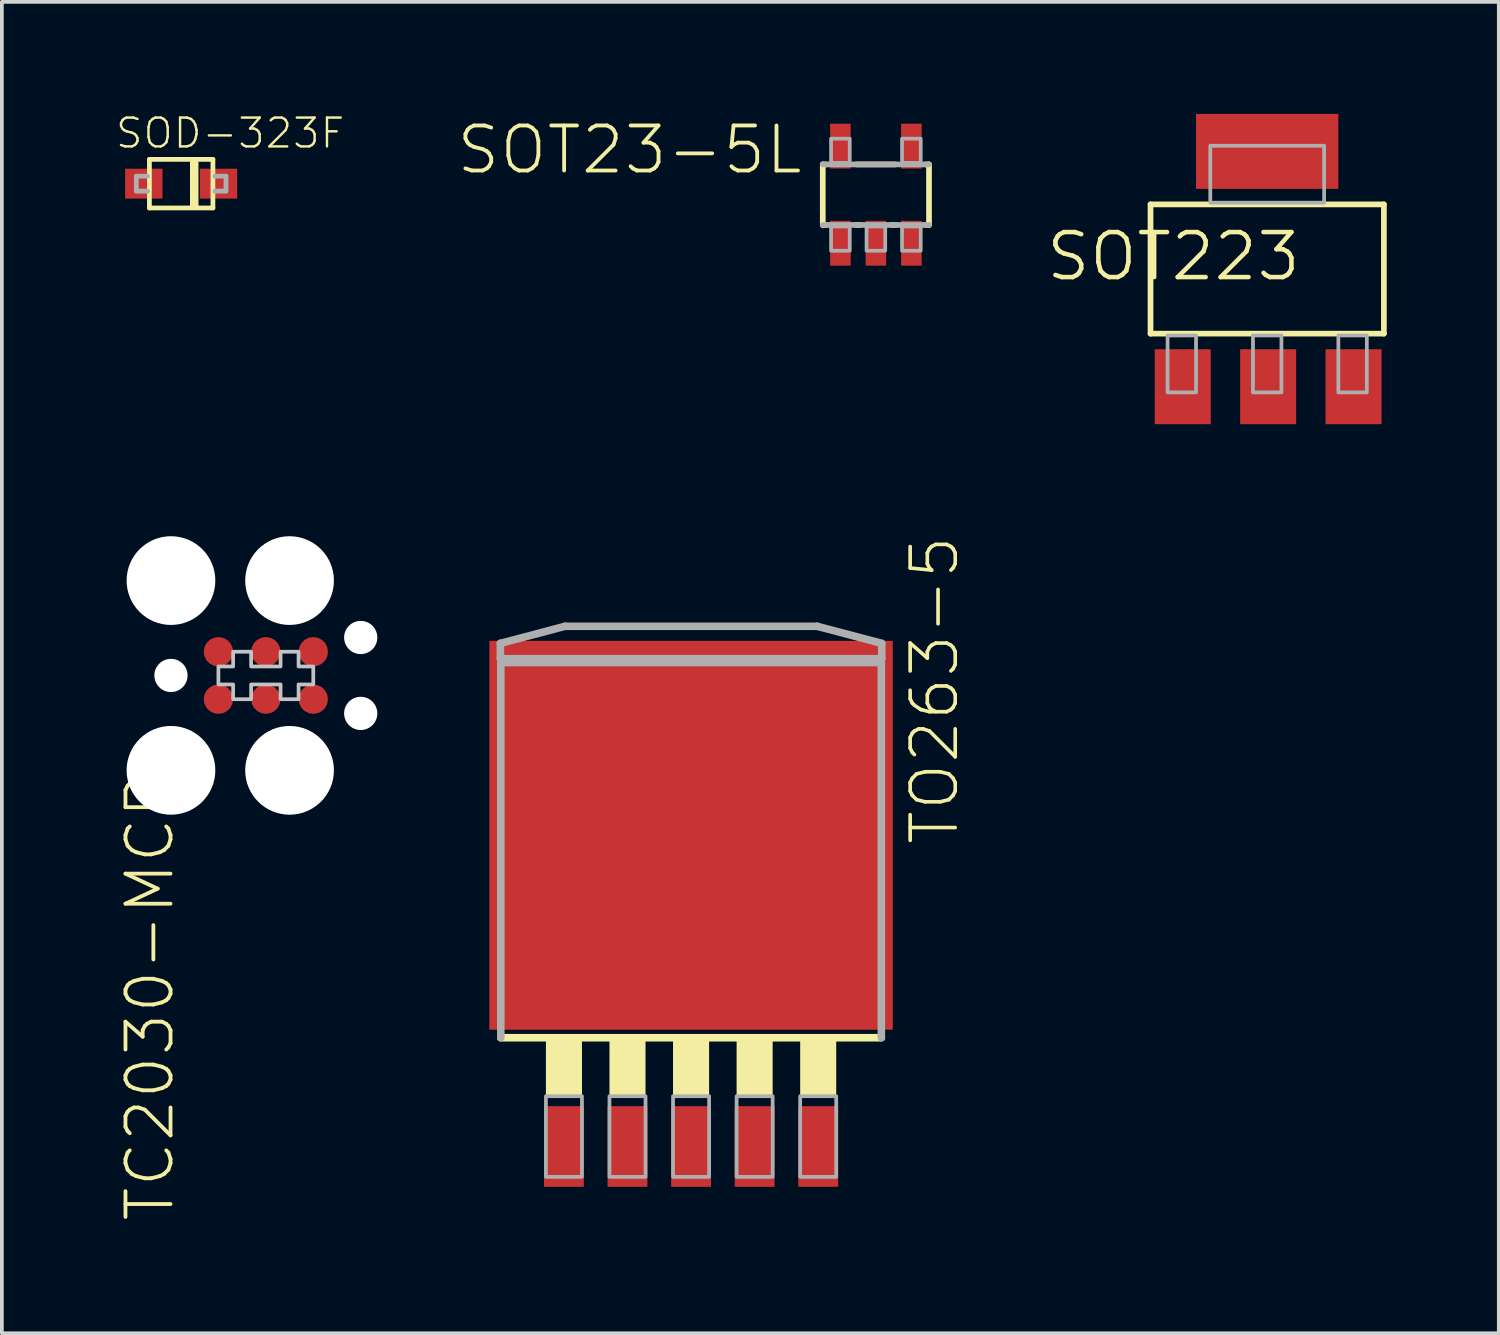
<source format=kicad_pcb>
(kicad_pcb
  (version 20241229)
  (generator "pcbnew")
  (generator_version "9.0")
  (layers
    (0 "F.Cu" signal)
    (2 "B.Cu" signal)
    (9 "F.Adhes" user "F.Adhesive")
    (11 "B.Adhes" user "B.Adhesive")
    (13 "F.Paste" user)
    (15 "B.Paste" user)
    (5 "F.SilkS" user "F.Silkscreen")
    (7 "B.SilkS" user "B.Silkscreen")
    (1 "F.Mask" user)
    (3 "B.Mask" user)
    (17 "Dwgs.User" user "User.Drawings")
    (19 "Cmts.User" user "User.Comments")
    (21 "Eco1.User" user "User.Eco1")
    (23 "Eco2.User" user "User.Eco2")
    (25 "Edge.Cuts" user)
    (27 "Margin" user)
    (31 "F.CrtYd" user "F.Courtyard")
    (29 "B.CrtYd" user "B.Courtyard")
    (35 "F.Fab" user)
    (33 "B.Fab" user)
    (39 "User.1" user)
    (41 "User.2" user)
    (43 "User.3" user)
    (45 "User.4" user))
  (footprint "SOT23-5L"
    (layer "F.Cu")
    (at 20.399 2.162)
    (property "Reference" "SOT23-5L" (at -1.905 -1.905 0) (layer "F.SilkS") (effects (font (size 1.206 1.206) (thickness 0.102)) (justify right top)))
    (attr through_hole)
    (fp_line (start -1.422 -0.81) (end -1.328 -0.81) (stroke (width 0.152) (type solid)) (layer "F.SilkS"))
    (fp_line (start -1.422 0.81) (end -1.422 -0.81) (stroke (width 0.152) (type solid)) (layer "F.SilkS"))
    (fp_line (start -1.328 0.81) (end -1.422 0.81) (stroke (width 0.152) (type solid)) (layer "F.SilkS"))
    (fp_line (start -0.522 -0.81) (end 0.522 -0.81) (stroke (width 0.152) (type solid)) (layer "F.SilkS"))
    (fp_line (start -0.428 0.81) (end -0.522 0.81) (stroke (width 0.152) (type solid)) (layer "F.SilkS"))
    (fp_line (start 0.522 0.81) (end 0.428 0.81) (stroke (width 0.152) (type solid)) (layer "F.SilkS"))
    (fp_line (start 1.328 -0.81) (end 1.422 -0.81) (stroke (width 0.152) (type solid)) (layer "F.SilkS"))
    (fp_line (start 1.422 -0.81) (end 1.422 0.81) (stroke (width 0.152) (type solid)) (layer "F.SilkS"))
    (fp_line (start 1.422 0.81) (end 1.328 0.81) (stroke (width 0.152) (type solid)) (layer "F.SilkS"))
    (fp_line (start -1.422 -0.81) (end 1.422 -0.81) (stroke (width 0.152) (type solid)) (layer "F.Fab"))
    (fp_line (start 1.422 0.81) (end -1.422 0.81) (stroke (width 0.152) (type solid)) (layer "F.Fab"))
    (fp_poly (pts (xy -1.2 -0.85) (xy -0.7 -0.85) (xy -0.7 -1.5) (xy -1.2 -1.5)) (stroke (width 0.1) (type solid)) (fill no) (layer "F.Fab"))
    (fp_poly (pts (xy -1.2 1.5) (xy -0.7 1.5) (xy -0.7 0.85) (xy -1.2 0.85)) (stroke (width 0.1) (type solid)) (fill no) (layer "F.Fab"))
    (fp_poly (pts (xy -0.25 1.5) (xy 0.25 1.5) (xy 0.25 0.85) (xy -0.25 0.85)) (stroke (width 0.1) (type solid)) (fill no) (layer "F.Fab"))
    (fp_poly (pts (xy 0.7 -0.85) (xy 1.2 -0.85) (xy 1.2 -1.5) (xy 0.7 -1.5)) (stroke (width 0.1) (type solid)) (fill no) (layer "F.Fab"))
    (fp_poly (pts (xy 0.7 1.5) (xy 1.2 1.5) (xy 1.2 0.85) (xy 0.7 0.85)) (stroke (width 0.1) (type solid)) (fill no) (layer "F.Fab"))
    (pad "1" smd rect (at -0.95 1.3) (size 0.55 1.2) (layers "F.Cu" "F.Mask" "F.Paste"))
    (pad "2" smd rect (at 0 1.3) (size 0.55 1.2) (layers "F.Cu" "F.Mask" "F.Paste"))
    (pad "3" smd rect (at 0.95 1.3) (size 0.55 1.2) (layers "F.Cu" "F.Mask" "F.Paste"))
    (pad "4" smd rect (at 0.95 -1.3) (size 0.55 1.2) (layers "F.Cu" "F.Mask" "F.Paste"))
    (pad "5" smd rect (at -0.95 -1.3) (size 0.55 1.2) (layers "F.Cu" "F.Mask" "F.Paste")))
  (footprint "SOD-323F"
    (layer "F.Cu")
    (at 1.8 1.867)
    (property "Reference" "SOD-323F" (at -1.8 -0.9 0) (layer "F.SilkS") (effects (font (size 0.772 0.772) (thickness 0.065)) (justify left bottom)))
    (attr through_hole)
    (fp_line (start -0.85 -0.65) (end 0.85 -0.65) (stroke (width 0.127) (type solid)) (layer "F.SilkS"))
    (fp_line (start -0.85 0.65) (end -0.85 -0.65) (stroke (width 0.127) (type solid)) (layer "F.SilkS"))
    (fp_line (start 0.3 0.6) (end 0.3 -0.6) (stroke (width 0.127) (type solid)) (layer "F.SilkS"))
    (fp_line (start 0.4 -0.6) (end 0.4 0.6) (stroke (width 0.127) (type solid)) (layer "F.SilkS"))
    (fp_line (start 0.4 0.6) (end 0.3 0.6) (stroke (width 0.127) (type solid)) (layer "F.SilkS"))
    (fp_line (start 0.85 -0.65) (end 0.85 0.65) (stroke (width 0.127) (type solid)) (layer "F.SilkS"))
    (fp_line (start 0.85 0.65) (end -0.85 0.65) (stroke (width 0.127) (type solid)) (layer "F.SilkS"))
    (fp_line (start -1.2 -0.2) (end -1.2 0.2) (stroke (width 0.127) (type solid)) (layer "F.Fab"))
    (fp_line (start -1.2 0.2) (end -0.9 0.2) (stroke (width 0.127) (type solid)) (layer "F.Fab"))
    (fp_line (start -0.9 -0.2) (end -1.2 -0.2) (stroke (width 0.127) (type solid)) (layer "F.Fab"))
    (fp_line (start 0.9 -0.2) (end 1.2 -0.2) (stroke (width 0.127) (type solid)) (layer "F.Fab"))
    (fp_line (start 1.2 -0.2) (end 1.2 0.2) (stroke (width 0.127) (type solid)) (layer "F.Fab"))
    (fp_line (start 1.2 0.2) (end 0.9 0.2) (stroke (width 0.127) (type solid)) (layer "F.Fab"))
    (pad "A" smd rect (at -1 0) (size 1 0.8) (layers "F.Cu" "F.Mask" "F.Paste"))
    (pad "C" smd rect (at 1 0) (size 1 0.8) (layers "F.Cu" "F.Mask" "F.Paste")))
  (footprint "TO263-5"
    (layer "F.Cu")
    (at 15.451 21.852)
    (property "Reference" "TO263-5" (at 7.224 -2.224 90) (layer "F.SilkS") (effects (font (size 1.206 1.206) (thickness 0.097)) (justify left bottom)))
    (attr through_hole)
    (fp_line (start 5.094 2.88) (end -5.094 2.88) (stroke (width 0.203) (type solid)) (layer "F.SilkS"))
    (fp_poly (pts (xy -3.886 4.47) (xy -2.921 4.47) (xy -2.921 2.794) (xy -3.886 2.794)) (stroke (width 0) (type solid)) (fill yes) (layer "F.SilkS"))
    (fp_poly (pts (xy -2.184 4.47) (xy -1.219 4.47) (xy -1.219 2.794) (xy -2.184 2.794)) (stroke (width 0) (type solid)) (fill yes) (layer "F.SilkS"))
    (fp_poly (pts (xy -0.483 4.47) (xy 0.483 4.47) (xy 0.483 2.794) (xy -0.483 2.794)) (stroke (width 0) (type solid)) (fill yes) (layer "F.SilkS"))
    (fp_poly (pts (xy 1.219 4.47) (xy 2.184 4.47) (xy 2.184 2.794) (xy 1.219 2.794)) (stroke (width 0) (type solid)) (fill yes) (layer "F.SilkS"))
    (fp_poly (pts (xy 2.921 4.47) (xy 3.886 4.47) (xy 3.886 2.794) (xy 2.921 2.794)) (stroke (width 0) (type solid)) (fill yes) (layer "F.SilkS"))
    (fp_line (start -5.105 -7.678) (end -3.378 -8.135) (stroke (width 0.203) (type solid)) (layer "F.Fab"))
    (fp_line (start -5.105 -7.267) (end -5.105 -7.678) (stroke (width 0.203) (type solid)) (layer "F.Fab"))
    (fp_line (start -5.094 -7.165) (end 5.094 -7.165) (stroke (width 0.203) (type solid)) (layer "F.Fab"))
    (fp_line (start -5.094 2.88) (end -5.094 -7.165) (stroke (width 0.203) (type solid)) (layer "F.Fab"))
    (fp_line (start -3.378 -8.135) (end 3.378 -8.135) (stroke (width 0.203) (type solid)) (layer "F.Fab"))
    (fp_line (start 3.378 -8.135) (end 5.105 -7.678) (stroke (width 0.203) (type solid)) (layer "F.Fab"))
    (fp_line (start 5.094 -7.165) (end 5.094 2.88) (stroke (width 0.203) (type solid)) (layer "F.Fab"))
    (fp_line (start 5.105 -7.678) (end 5.105 -7.267) (stroke (width 0.203) (type solid)) (layer "F.Fab"))
    (fp_line (start 5.105 -7.267) (end -5.105 -7.267) (stroke (width 0.203) (type solid)) (layer "F.Fab"))
    (fp_poly (pts (xy -3.886 6.604) (xy -2.921 6.604) (xy -2.921 4.445) (xy -3.886 4.445)) (stroke (width 0.1) (type solid)) (fill no) (layer "F.Fab"))
    (fp_poly (pts (xy -2.184 6.604) (xy -1.219 6.604) (xy -1.219 4.445) (xy -2.184 4.445)) (stroke (width 0.1) (type solid)) (fill no) (layer "F.Fab"))
    (fp_poly (pts (xy -0.483 6.604) (xy 0.483 6.604) (xy 0.483 4.445) (xy -0.483 4.445)) (stroke (width 0.1) (type solid)) (fill no) (layer "F.Fab"))
    (fp_poly (pts (xy 1.219 6.604) (xy 2.184 6.604) (xy 2.184 4.445) (xy 1.219 4.445)) (stroke (width 0.1) (type solid)) (fill no) (layer "F.Fab"))
    (fp_poly (pts (xy 2.921 6.604) (xy 3.886 6.604) (xy 3.886 4.445) (xy 2.921 4.445)) (stroke (width 0.1) (type solid)) (fill no) (layer "F.Fab"))
    (fp_poly (pts (xy -5.105 -7.267) (xy -5.105 -7.678) (xy -3.378 -8.135) (xy 3.378 -8.135) (xy 5.105 -7.678) (xy 5.105 -7.267)) (stroke (width 0.1) (type solid)) (fill no) (layer "F.Fab"))
    (pad "1" smd rect (at -3.404 5.791) (size 1.067 2.159) (layers "F.Cu" "F.Mask" "F.Paste"))
    (pad "2" smd rect (at -1.702 5.791) (size 1.067 2.159) (layers "F.Cu" "F.Mask" "F.Paste"))
    (pad "3" smd rect (at 0 5.791) (size 1.067 2.159) (layers "F.Cu" "F.Mask" "F.Paste"))
    (pad "4" smd rect (at 1.702 5.791) (size 1.067 2.159) (layers "F.Cu" "F.Mask" "F.Paste"))
    (pad "5" smd rect (at 3.404 5.791) (size 1.067 2.159) (layers "F.Cu" "F.Mask" "F.Paste"))
    (pad "6" smd rect (at 0 -2.54) (size 10.8 10.41) (layers "F.Cu" "F.Mask" "F.Paste")))
  (footprint "SOT223"
    (layer "F.Cu")
    (at 30.875 4.153)
    (property "Reference" "SOT223" (at -5.978 0.369 180) (layer "F.SilkS") (effects (font (size 1.206 1.206) (thickness 0.121)) (justify left bottom)))
    (attr through_hole)
    (fp_line (start -3.124 -1.731) (end -3.124 1.729) (stroke (width 0.152) (type solid)) (layer "F.SilkS"))
    (fp_line (start -3.124 -1.731) (end 3.124 -1.731) (stroke (width 0.152) (type solid)) (layer "F.SilkS"))
    (fp_line (start 3.124 1.729) (end -3.124 1.729) (stroke (width 0.152) (type solid)) (layer "F.SilkS"))
    (fp_line (start 3.124 1.729) (end 3.124 -1.731) (stroke (width 0.152) (type solid)) (layer "F.SilkS"))
    (fp_poly (pts (xy -2.667 3.302) (xy -1.905 3.302) (xy -1.905 1.778) (xy -2.667 1.778)) (stroke (width 0.1) (type solid)) (fill no) (layer "F.Fab"))
    (fp_poly (pts (xy -1.524 -1.778) (xy 1.524 -1.778) (xy 1.524 -3.302) (xy -1.524 -3.302)) (stroke (width 0.1) (type solid)) (fill no) (layer "F.Fab"))
    (fp_poly (pts (xy -0.381 3.302) (xy 0.381 3.302) (xy 0.381 1.778) (xy -0.381 1.778)) (stroke (width 0.1) (type solid)) (fill no) (layer "F.Fab"))
    (fp_poly (pts (xy 1.905 3.302) (xy 2.667 3.302) (xy 2.667 1.778) (xy 1.905 1.778)) (stroke (width 0.1) (type solid)) (fill no) (layer "F.Fab"))
    (pad "1" smd rect (at -2.261 3.15) (size 1.499 2.007) (layers "F.Cu" "F.Mask" "F.Paste"))
    (pad "2" smd rect (at 0.025 3.15) (size 1.499 2.007) (layers "F.Cu" "F.Mask" "F.Paste"))
    (pad "3" smd rect (at 2.311 3.15) (size 1.499 2.007) (layers "F.Cu" "F.Mask" "F.Paste"))
    (pad "4" smd rect (at 0 -3.15) (size 3.81 2.007) (layers "F.Cu" "F.Mask" "F.Paste")))
  (footprint "TC2030-MCP"
    (layer "F.Cu")
    (at 1.527 15.033)
    (property "Reference" "TC2030-MCP" (at -1.27 2.54 90) (layer "F.SilkS") (effects (font (size 1.206 1.206) (thickness 0.102)) (justify right top)))
    (attr through_hole)
    (fp_poly (pts (xy 1.27 0.241) (xy 1.664 0.241) (xy 1.664 0.635) (xy 2.146 0.635) (xy 2.146 0.241) (xy 2.934 0.241) (xy 2.934 0.635) (xy 3.416 0.635) (xy 3.416 0.241) (xy 3.81 0.241) (xy 3.81 -0.241) (xy 3.416 -0.241) (xy 3.416 -0.635) (xy 2.934 -0.635) (xy 2.934 -0.241) (xy 2.146 -0.241) (xy 2.146 -0.635) (xy 1.664 -0.635) (xy 1.664 -0.241) (xy 1.27 -0.241)) (stroke (width 0.1) (type solid)) (fill no) (layer "Dwgs.User"))
    (pad "" np_thru_hole circle (at 0 -2.54) (size 2.375 2.375) (drill 2.375) (layers "*.Cu" "*.Mask"))
    (pad "" np_thru_hole circle (at 0 0) (size 0.889 0.889) (drill 0.889) (layers "*.Cu" "*.Mask"))
    (pad "" np_thru_hole circle (at 0 2.54) (size 2.375 2.375) (drill 2.375) (layers "*.Cu" "*.Mask"))
    (pad "" np_thru_hole circle (at 3.175 -2.54) (size 2.375 2.375) (drill 2.375) (layers "*.Cu" "*.Mask"))
    (pad "" np_thru_hole circle (at 3.175 2.54) (size 2.375 2.375) (drill 2.375) (layers "*.Cu" "*.Mask"))
    (pad "" np_thru_hole circle (at 5.08 -1.016) (size 0.889 0.889) (drill 0.889) (layers "*.Cu" "*.Mask"))
    (pad "" np_thru_hole circle (at 5.08 1.016) (size 0.889 0.889) (drill 0.889) (layers "*.Cu" "*.Mask"))
    (pad "1" smd roundrect (at 1.27 0.635) (size 0.787 0.787) (layers "F.Cu" "F.Mask") (roundrect_rratio 0.5))
    (pad "2" smd roundrect (at 1.27 -0.635) (size 0.787 0.787) (layers "F.Cu" "F.Mask") (roundrect_rratio 0.5))
    (pad "3" smd roundrect (at 2.54 0.635) (size 0.787 0.787) (layers "F.Cu" "F.Mask") (roundrect_rratio 0.5))
    (pad "4" smd roundrect (at 2.54 -0.635) (size 0.787 0.787) (layers "F.Cu" "F.Mask") (roundrect_rratio 0.5))
    (pad "5" smd roundrect (at 3.81 0.635) (size 0.787 0.787) (layers "F.Cu" "F.Mask") (roundrect_rratio 0.5))
    (pad "6" smd roundrect (at 3.81 -0.635) (size 0.787 0.787) (layers "F.Cu" "F.Mask") (roundrect_rratio 0.5)))
  (gr_rect
    (start -3 -3)
    (end 37.075 32.644)
    (stroke (width 0.1) (type default))
    (fill no)
    (layer "Edge.Cuts")))
</source>
